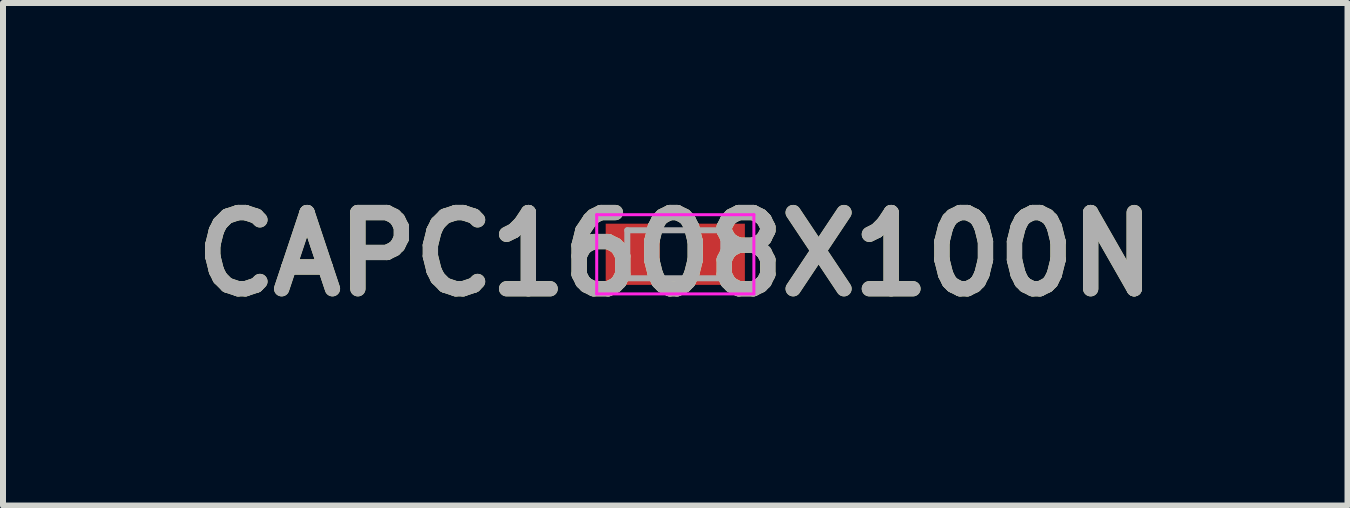
<source format=kicad_pcb>
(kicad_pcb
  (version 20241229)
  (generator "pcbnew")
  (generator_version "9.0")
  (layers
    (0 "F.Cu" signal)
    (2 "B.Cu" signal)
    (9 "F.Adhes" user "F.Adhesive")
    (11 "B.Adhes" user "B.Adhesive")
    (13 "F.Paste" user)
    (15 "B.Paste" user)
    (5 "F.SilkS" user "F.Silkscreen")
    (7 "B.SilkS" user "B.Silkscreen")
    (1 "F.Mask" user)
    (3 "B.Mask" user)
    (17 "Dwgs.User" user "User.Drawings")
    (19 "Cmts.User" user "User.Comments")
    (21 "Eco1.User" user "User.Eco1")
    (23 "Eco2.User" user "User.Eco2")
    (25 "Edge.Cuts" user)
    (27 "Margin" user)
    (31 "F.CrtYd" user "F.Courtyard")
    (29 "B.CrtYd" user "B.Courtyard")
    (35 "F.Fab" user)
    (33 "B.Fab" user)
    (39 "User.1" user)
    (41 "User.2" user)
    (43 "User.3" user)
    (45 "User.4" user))
  (footprint "CAPC1608X100N"
    (layer "F.Cu")
    (at 8.207 1.189)
    (property "Reference" "CAPC1608X100N" (at 0 0 0) (layer "F.SilkS") (effects (font (size 1.27 1.27) (thickness 0.254))))
    (attr smd)
    (fp_line (start -1.31 -0.66) (end 1.31 -0.66) (stroke (width 0.05) (type solid)) (layer "F.CrtYd"))
    (fp_line (start -1.31 0.66) (end -1.31 -0.66) (stroke (width 0.05) (type solid)) (layer "F.CrtYd"))
    (fp_line (start 1.31 -0.66) (end 1.31 0.66) (stroke (width 0.05) (type solid)) (layer "F.CrtYd"))
    (fp_line (start 1.31 0.66) (end -1.31 0.66) (stroke (width 0.05) (type solid)) (layer "F.CrtYd"))
    (fp_line (start -0.8 -0.4) (end 0.8 -0.4) (stroke (width 0.1) (type solid)) (layer "F.Fab"))
    (fp_line (start -0.8 0.4) (end -0.8 -0.4) (stroke (width 0.1) (type solid)) (layer "F.Fab"))
    (fp_line (start 0.8 -0.4) (end 0.8 0.4) (stroke (width 0.1) (type solid)) (layer "F.Fab"))
    (fp_line (start 0.8 0.4) (end -0.8 0.4) (stroke (width 0.1) (type solid)) (layer "F.Fab"))
    (fp_text user "${REFERENCE}" (at 0 0 0) (layer "F.Fab") (effects (font (size 1.27 1.27) (thickness 0.254))))
    (pad "1" smd rect (at -0.71 0) (size 0.9 1.02) (layers "F.Cu" "F.Mask" "F.Paste"))
    (pad "2" smd rect (at 0.71 0) (size 0.9 1.02) (layers "F.Cu" "F.Mask" "F.Paste")))
  (gr_rect
    (start -3 -3)
    (end 19.413 5.377)
    (stroke (width 0.1) (type default))
    (fill no)
    (layer "Edge.Cuts")))
</source>
